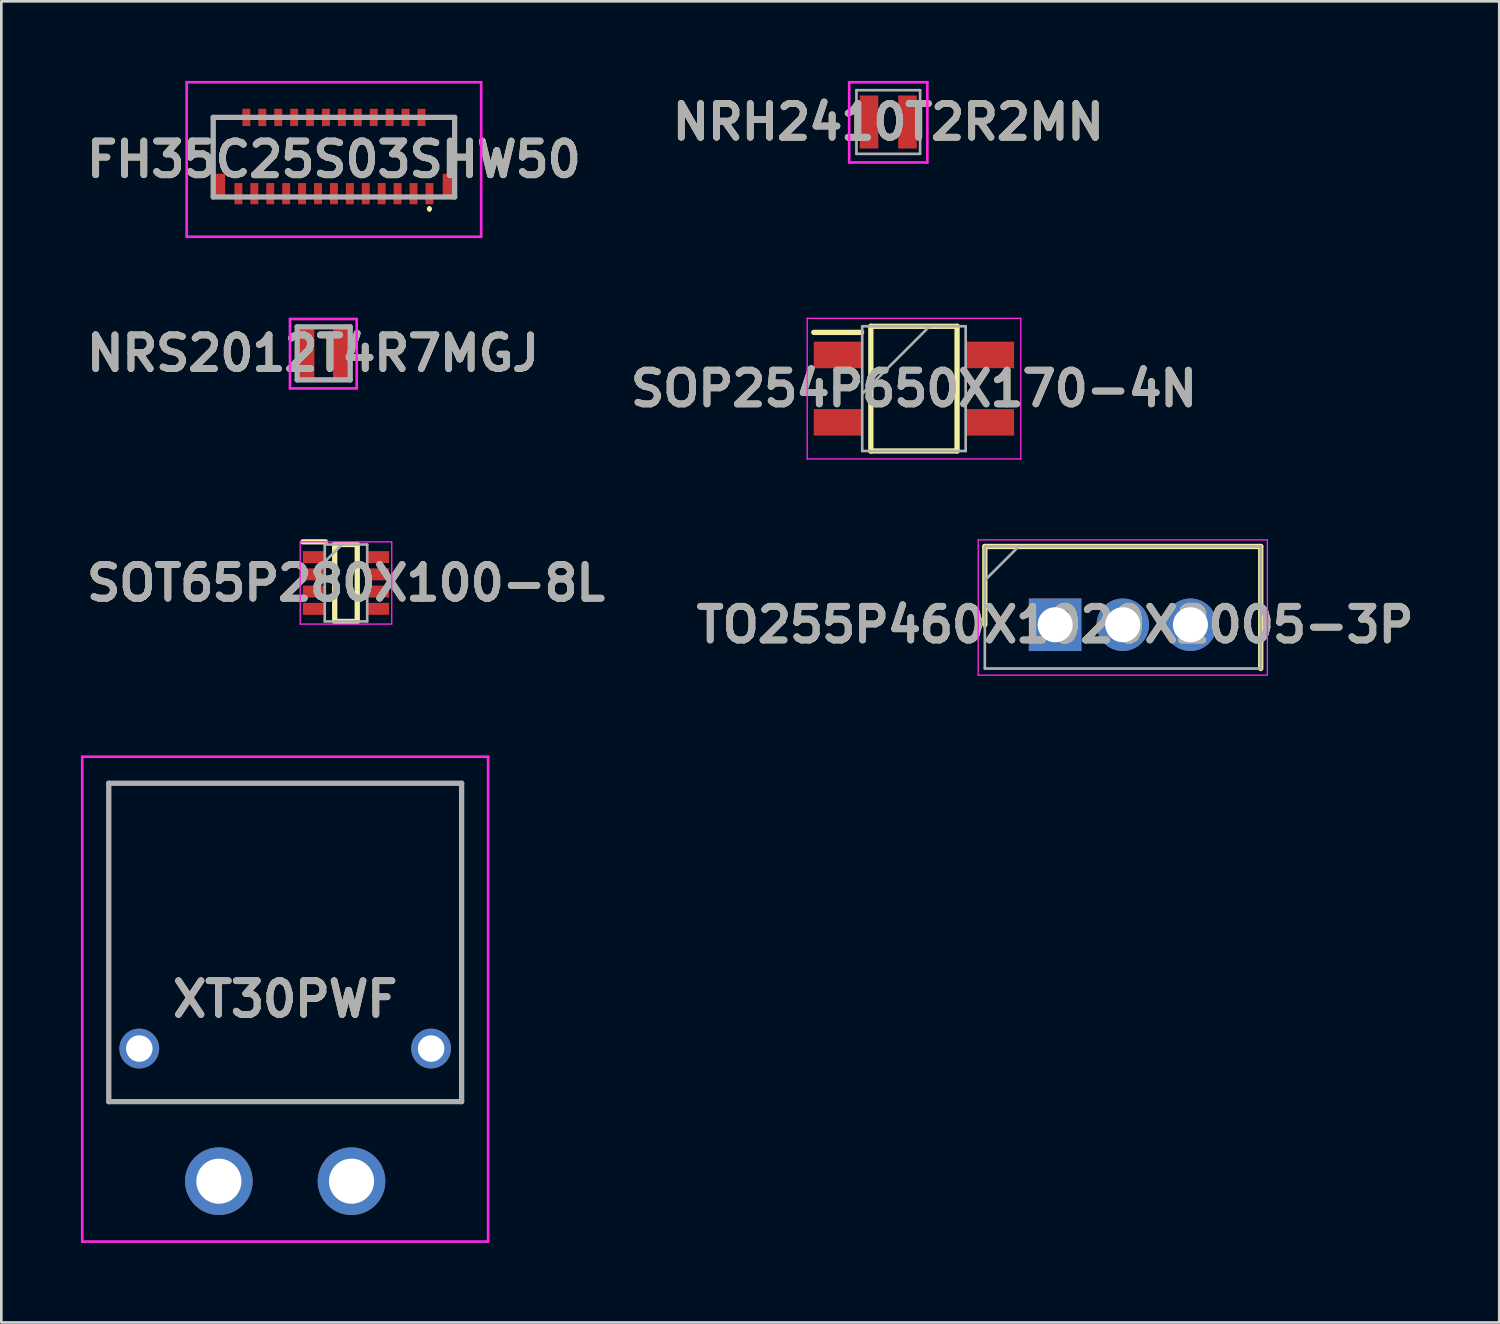
<source format=kicad_pcb>
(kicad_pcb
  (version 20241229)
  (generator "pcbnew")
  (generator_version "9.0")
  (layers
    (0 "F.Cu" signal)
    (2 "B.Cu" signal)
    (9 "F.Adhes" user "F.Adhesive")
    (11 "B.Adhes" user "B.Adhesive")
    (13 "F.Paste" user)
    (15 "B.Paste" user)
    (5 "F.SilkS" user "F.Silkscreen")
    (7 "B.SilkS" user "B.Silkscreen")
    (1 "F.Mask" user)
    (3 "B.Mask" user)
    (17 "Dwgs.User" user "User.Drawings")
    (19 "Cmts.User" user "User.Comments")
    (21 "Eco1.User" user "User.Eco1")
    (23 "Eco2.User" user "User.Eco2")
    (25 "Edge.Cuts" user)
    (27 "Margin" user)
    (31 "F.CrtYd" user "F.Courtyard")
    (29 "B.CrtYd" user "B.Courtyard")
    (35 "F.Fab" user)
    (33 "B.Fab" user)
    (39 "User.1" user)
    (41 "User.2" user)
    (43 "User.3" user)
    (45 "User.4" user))
  (footprint "NRS2012T4R7MGJ"
    (layer "F.Cu")
    (at 9.151 10.269)
    (property "Reference" "NRS2012T4R7MGJ" (at -0.4 0 0) (layer "F.SilkS") (effects (font (size 1.27 1.27) (thickness 0.254))))
    (attr smd)
    (fp_line (start -1.27 -1.295) (end 1.245 -1.295) (stroke (width 0.1) (type solid)) (layer "F.CrtYd"))
    (fp_line (start -1.27 1.321) (end -1.27 -1.295) (stroke (width 0.1) (type solid)) (layer "F.CrtYd"))
    (fp_line (start 1.245 -1.295) (end 1.245 1.321) (stroke (width 0.1) (type solid)) (layer "F.CrtYd"))
    (fp_line (start 1.245 1.321) (end -1.27 1.321) (stroke (width 0.1) (type solid)) (layer "F.CrtYd"))
    (fp_line (start -1 -1) (end -1 1) (stroke (width 0.2) (type solid)) (layer "F.Fab"))
    (fp_line (start -1 1) (end 1 1) (stroke (width 0.2) (type solid)) (layer "F.Fab"))
    (fp_line (start 1 -1) (end -1 -1) (stroke (width 0.2) (type solid)) (layer "F.Fab"))
    (fp_line (start 1 1) (end 1 -1) (stroke (width 0.2) (type solid)) (layer "F.Fab"))
    (fp_text user "${REFERENCE}" (at -0.4 0 0) (layer "F.Fab") (effects (font (size 1.27 1.27) (thickness 0.254))))
    (pad "1" smd rect (at -0.675 0) (size 0.65 2) (layers "F.Cu" "F.Mask" "F.Paste"))
    (pad "2" smd rect (at 0.675 0) (size 0.65 2) (layers "F.Cu" "F.Mask" "F.Paste")))
  (footprint "FH35C25S03SHW50"
    (layer "F.Cu")
    (at 9.537 2.874)
    (property "Reference" "FH35C25S03SHW50" (at 0 0.088 0) (layer "F.SilkS") (effects (font (size 1.27 1.27) (thickness 0.254))))
    (attr smd)
    (fp_line (start -4.55 -1.499) (end -3.9 -1.499) (stroke (width 0.1) (type solid)) (layer "F.SilkS"))
    (fp_line (start -4.55 0.5) (end -4.55 -1.499) (stroke (width 0.1) (type solid)) (layer "F.SilkS"))
    (fp_line (start 3.6 1.9) (end 3.6 1.9) (stroke (width 0.1) (type solid)) (layer "F.SilkS"))
    (fp_line (start 3.6 2) (end 3.6 2) (stroke (width 0.1) (type solid)) (layer "F.SilkS"))
    (fp_line (start 3.9 -1.499) (end 4.55 -1.499) (stroke (width 0.1) (type solid)) (layer "F.SilkS"))
    (fp_line (start 4.55 -1.499) (end 4.55 0.5) (stroke (width 0.1) (type solid)) (layer "F.SilkS"))
    (fp_arc (start 3.6 1.9) (mid 3.65 1.95) (end 3.6 2) (stroke (width 0.1) (type solid)) (layer "F.SilkS"))
    (fp_arc (start 3.6 2) (mid 3.55 1.95) (end 3.6 1.9) (stroke (width 0.1) (type solid)) (layer "F.SilkS"))
    (fp_line (start -5.55 -2.824) (end 5.55 -2.824) (stroke (width 0.1) (type solid)) (layer "F.CrtYd"))
    (fp_line (start -5.55 3) (end -5.55 -2.824) (stroke (width 0.1) (type solid)) (layer "F.CrtYd"))
    (fp_line (start 5.55 -2.824) (end 5.55 3) (stroke (width 0.1) (type solid)) (layer "F.CrtYd"))
    (fp_line (start 5.55 3) (end -5.55 3) (stroke (width 0.1) (type solid)) (layer "F.CrtYd"))
    (fp_line (start -4.55 -1.5) (end 4.55 -1.5) (stroke (width 0.2) (type solid)) (layer "F.Fab"))
    (fp_line (start -4.55 1.5) (end -4.55 -1.5) (stroke (width 0.2) (type solid)) (layer "F.Fab"))
    (fp_line (start 4.55 -1.5) (end 4.55 1.5) (stroke (width 0.2) (type solid)) (layer "F.Fab"))
    (fp_line (start 4.55 1.5) (end -4.55 1.5) (stroke (width 0.2) (type solid)) (layer "F.Fab"))
    (fp_text user "${REFERENCE}" (at 0 0.088 0) (layer "F.Fab") (effects (font (size 1.27 1.27) (thickness 0.254))))
    (pad "1" smd rect (at 3.6 1.375) (size 0.3 0.8) (layers "F.Cu" "F.Mask" "F.Paste"))
    (pad "2" smd rect (at 3.3 -1.499) (size 0.3 0.65) (layers "F.Cu" "F.Mask" "F.Paste"))
    (pad "3" smd rect (at 3 1.375) (size 0.3 0.8) (layers "F.Cu" "F.Mask" "F.Paste"))
    (pad "4" smd rect (at 2.7 -1.499) (size 0.3 0.65) (layers "F.Cu" "F.Mask" "F.Paste"))
    (pad "5" smd rect (at 2.4 1.375) (size 0.3 0.8) (layers "F.Cu" "F.Mask" "F.Paste"))
    (pad "6" smd rect (at 2.1 -1.499) (size 0.3 0.65) (layers "F.Cu" "F.Mask" "F.Paste"))
    (pad "7" smd rect (at 1.8 1.375) (size 0.3 0.8) (layers "F.Cu" "F.Mask" "F.Paste"))
    (pad "8" smd rect (at 1.5 -1.499) (size 0.3 0.65) (layers "F.Cu" "F.Mask" "F.Paste"))
    (pad "9" smd rect (at 1.2 1.375) (size 0.3 0.8) (layers "F.Cu" "F.Mask" "F.Paste"))
    (pad "10" smd rect (at 0.9 -1.499) (size 0.3 0.65) (layers "F.Cu" "F.Mask" "F.Paste"))
    (pad "11" smd rect (at 0.6 1.375) (size 0.3 0.8) (layers "F.Cu" "F.Mask" "F.Paste"))
    (pad "12" smd rect (at 0.3 -1.499) (size 0.3 0.65) (layers "F.Cu" "F.Mask" "F.Paste"))
    (pad "13" smd rect (at 0 1.375) (size 0.3 0.8) (layers "F.Cu" "F.Mask" "F.Paste"))
    (pad "14" smd rect (at -0.3 -1.499) (size 0.3 0.65) (layers "F.Cu" "F.Mask" "F.Paste"))
    (pad "15" smd rect (at -0.6 1.375) (size 0.3 0.8) (layers "F.Cu" "F.Mask" "F.Paste"))
    (pad "16" smd rect (at -0.9 -1.499) (size 0.3 0.65) (layers "F.Cu" "F.Mask" "F.Paste"))
    (pad "17" smd rect (at -1.2 1.375) (size 0.3 0.8) (layers "F.Cu" "F.Mask" "F.Paste"))
    (pad "18" smd rect (at -1.5 -1.499) (size 0.3 0.65) (layers "F.Cu" "F.Mask" "F.Paste"))
    (pad "19" smd rect (at -1.8 1.375) (size 0.3 0.8) (layers "F.Cu" "F.Mask" "F.Paste"))
    (pad "20" smd rect (at -2.1 -1.499) (size 0.3 0.65) (layers "F.Cu" "F.Mask" "F.Paste"))
    (pad "21" smd rect (at -2.4 1.375) (size 0.3 0.8) (layers "F.Cu" "F.Mask" "F.Paste"))
    (pad "22" smd rect (at -2.7 -1.499) (size 0.3 0.65) (layers "F.Cu" "F.Mask" "F.Paste"))
    (pad "23" smd rect (at -3 1.375) (size 0.3 0.8) (layers "F.Cu" "F.Mask" "F.Paste"))
    (pad "24" smd rect (at -3.3 -1.499) (size 0.3 0.65) (layers "F.Cu" "F.Mask" "F.Paste"))
    (pad "25" smd rect (at -3.6 1.375) (size 0.3 0.8) (layers "F.Cu" "F.Mask" "F.Paste"))
    (pad "MP1" smd rect (at 4.3 1.101) (size 0.4 0.95) (layers "F.Cu" "F.Mask" "F.Paste"))
    (pad "MP2" smd rect (at -4.3 1.101) (size 0.4 0.95) (layers "F.Cu" "F.Mask" "F.Paste")))
  (footprint "SOT65P280X100-8L"
    (layer "F.Cu")
    (at 9.991 18.924)
    (property "Reference" "SOT65P280X100-8L" (at 0 0 0) (layer "F.SilkS") (effects (font (size 1.27 1.27) (thickness 0.254))))
    (attr smd)
    (fp_line (start -1.625 -1.55) (end -0.775 -1.55) (stroke (width 0.2) (type solid)) (layer "F.SilkS"))
    (fp_line (start -0.425 -1.45) (end 0.425 -1.45) (stroke (width 0.2) (type solid)) (layer "F.SilkS"))
    (fp_line (start -0.425 1.45) (end -0.425 -1.45) (stroke (width 0.2) (type solid)) (layer "F.SilkS"))
    (fp_line (start 0.425 -1.45) (end 0.425 1.45) (stroke (width 0.2) (type solid)) (layer "F.SilkS"))
    (fp_line (start 0.425 1.45) (end -0.425 1.45) (stroke (width 0.2) (type solid)) (layer "F.SilkS"))
    (fp_line (start -1.725 -1.55) (end 1.725 -1.55) (stroke (width 0.05) (type solid)) (layer "F.CrtYd"))
    (fp_line (start -1.725 1.55) (end -1.725 -1.55) (stroke (width 0.05) (type solid)) (layer "F.CrtYd"))
    (fp_line (start 1.725 -1.55) (end 1.725 1.55) (stroke (width 0.05) (type solid)) (layer "F.CrtYd"))
    (fp_line (start 1.725 1.55) (end -1.725 1.55) (stroke (width 0.05) (type solid)) (layer "F.CrtYd"))
    (fp_line (start -0.8 -1.45) (end 0.8 -1.45) (stroke (width 0.1) (type solid)) (layer "F.Fab"))
    (fp_line (start -0.8 -0.8) (end -0.15 -1.45) (stroke (width 0.1) (type solid)) (layer "F.Fab"))
    (fp_line (start -0.8 1.45) (end -0.8 -1.45) (stroke (width 0.1) (type solid)) (layer "F.Fab"))
    (fp_line (start 0.8 -1.45) (end 0.8 1.45) (stroke (width 0.1) (type solid)) (layer "F.Fab"))
    (fp_line (start 0.8 1.45) (end -0.8 1.45) (stroke (width 0.1) (type solid)) (layer "F.Fab"))
    (fp_text user "${REFERENCE}" (at 0 0 0) (layer "F.Fab") (effects (font (size 1.27 1.27) (thickness 0.254))))
    (pad "1" smd rect (at -1.2 -0.975 90) (size 0.45 0.85) (layers "F.Cu" "F.Mask" "F.Paste"))
    (pad "2" smd rect (at -1.2 -0.325 90) (size 0.45 0.85) (layers "F.Cu" "F.Mask" "F.Paste"))
    (pad "3" smd rect (at -1.2 0.325 90) (size 0.45 0.85) (layers "F.Cu" "F.Mask" "F.Paste"))
    (pad "4" smd rect (at -1.2 0.975 90) (size 0.45 0.85) (layers "F.Cu" "F.Mask" "F.Paste"))
    (pad "5" smd rect (at 1.2 0.975 90) (size 0.45 0.85) (layers "F.Cu" "F.Mask" "F.Paste"))
    (pad "6" smd rect (at 1.2 0.325 90) (size 0.45 0.85) (layers "F.Cu" "F.Mask" "F.Paste"))
    (pad "7" smd rect (at 1.2 -0.325 90) (size 0.45 0.85) (layers "F.Cu" "F.Mask" "F.Paste"))
    (pad "8" smd rect (at 1.2 -0.975 90) (size 0.45 0.85) (layers "F.Cu" "F.Mask" "F.Paste")))
  (footprint "NRH2410T2R2MN"
    (layer "F.Cu")
    (at 30.432 1.549)
    (property "Reference" "NRH2410T2R2MN" (at 0 0 0) (layer "F.SilkS") (effects (font (size 1.27 1.27) (thickness 0.254))))
    (attr smd)
    (fp_line (start -1.473 -1.499) (end 1.473 -1.499) (stroke (width 0.1) (type solid)) (layer "F.CrtYd"))
    (fp_line (start -1.473 1.524) (end -1.473 -1.499) (stroke (width 0.1) (type solid)) (layer "F.CrtYd"))
    (fp_line (start 1.473 -1.499) (end 1.473 1.524) (stroke (width 0.1) (type solid)) (layer "F.CrtYd"))
    (fp_line (start 1.473 1.524) (end -1.473 1.524) (stroke (width 0.1) (type solid)) (layer "F.CrtYd"))
    (fp_line (start -1.2 -1.2) (end -1.2 1.2) (stroke (width 0.1) (type solid)) (layer "F.Fab"))
    (fp_line (start -1.2 1.2) (end 1.2 1.2) (stroke (width 0.1) (type solid)) (layer "F.Fab"))
    (fp_line (start 1.2 -1.2) (end -1.2 -1.2) (stroke (width 0.1) (type solid)) (layer "F.Fab"))
    (fp_line (start 1.2 1.2) (end 1.2 -1.2) (stroke (width 0.1) (type solid)) (layer "F.Fab"))
    (fp_text user "${REFERENCE}" (at 0 0 0) (layer "F.Fab") (effects (font (size 1.27 1.27) (thickness 0.254))))
    (pad "1" smd rect (at -0.725 0) (size 0.7 2) (layers "F.Cu" "F.Mask" "F.Paste"))
    (pad "2" smd rect (at 0.725 0) (size 0.7 2) (layers "F.Cu" "F.Mask" "F.Paste")))
  (footprint "XT30PWF"
    (layer "F.Cu")
    (at 5.2 41.474)
    (property "Reference" "XT30PWF" (at 2.5 -6.862 0) (layer "F.SilkS") (effects (font (size 1.27 1.27) (thickness 0.254))))
    (attr through_hole)
    (fp_line (start -4.15 -15) (end 9.15 -15) (stroke (width 0.1) (type solid)) (layer "F.SilkS"))
    (fp_line (start -4.15 -3) (end -4.15 -15) (stroke (width 0.1) (type solid)) (layer "F.SilkS"))
    (fp_line (start 9.15 -15) (end 9.15 -3) (stroke (width 0.1) (type solid)) (layer "F.SilkS"))
    (fp_line (start 9.15 -3) (end -4.15 -3) (stroke (width 0.1) (type solid)) (layer "F.SilkS"))
    (fp_line (start -5.15 -16) (end 10.15 -16) (stroke (width 0.1) (type solid)) (layer "F.CrtYd"))
    (fp_line (start -5.15 2.275) (end -5.15 -16) (stroke (width 0.1) (type solid)) (layer "F.CrtYd"))
    (fp_line (start 10.15 -16) (end 10.15 2.275) (stroke (width 0.1) (type solid)) (layer "F.CrtYd"))
    (fp_line (start 10.15 2.275) (end -5.15 2.275) (stroke (width 0.1) (type solid)) (layer "F.CrtYd"))
    (fp_line (start -4.15 -15) (end 9.15 -15) (stroke (width 0.2) (type solid)) (layer "F.Fab"))
    (fp_line (start -4.15 -3) (end -4.15 -15) (stroke (width 0.2) (type solid)) (layer "F.Fab"))
    (fp_line (start 9.15 -15) (end 9.15 -3) (stroke (width 0.2) (type solid)) (layer "F.Fab"))
    (fp_line (start 9.15 -3) (end -4.15 -3) (stroke (width 0.2) (type solid)) (layer "F.Fab"))
    (fp_text user "${REFERENCE}" (at 2.5 -6.862 0) (layer "F.Fab") (effects (font (size 1.27 1.27) (thickness 0.254))))
    (pad "" thru_hole circle (at -3 -5) (size 1.5 1.5) (drill 1) (layers "*.Cu" "*.Mask"))
    (pad "" thru_hole circle (at 8 -5) (size 1.5 1.5) (drill 1) (layers "*.Cu" "*.Mask"))
    (pad "1" thru_hole circle (at 0 0) (size 2.55 2.55) (drill 1.7) (layers "*.Cu" "*.Mask"))
    (pad "2" thru_hole circle (at 5 0) (size 2.55 2.55) (drill 1.7) (layers "*.Cu" "*.Mask")))
  (footprint "TO255P460X1020X2005-3P"
    (layer "F.Cu")
    (at 36.722 20.499)
    (property "Reference" "TO255P460X1020X2005-3P" (at 0 0 0) (layer "F.SilkS") (effects (font (size 1.27 1.27) (thickness 0.254))))
    (attr through_hole)
    (fp_line (start -2.65 -2.95) (end -2.65 0) (stroke (width 0.2) (type solid)) (layer "F.SilkS"))
    (fp_line (start 7.75 -2.95) (end -2.65 -2.95) (stroke (width 0.2) (type solid)) (layer "F.SilkS"))
    (fp_line (start 7.75 1.65) (end 7.75 -2.95) (stroke (width 0.2) (type solid)) (layer "F.SilkS"))
    (fp_line (start -2.9 -3.2) (end 8 -3.2) (stroke (width 0.05) (type solid)) (layer "F.CrtYd"))
    (fp_line (start -2.9 1.9) (end -2.9 -3.2) (stroke (width 0.05) (type solid)) (layer "F.CrtYd"))
    (fp_line (start 8 -3.2) (end 8 1.9) (stroke (width 0.05) (type solid)) (layer "F.CrtYd"))
    (fp_line (start 8 1.9) (end -2.9 1.9) (stroke (width 0.05) (type solid)) (layer "F.CrtYd"))
    (fp_line (start -2.65 -2.95) (end 7.75 -2.95) (stroke (width 0.1) (type solid)) (layer "F.Fab"))
    (fp_line (start -2.65 -1.675) (end -1.375 -2.95) (stroke (width 0.1) (type solid)) (layer "F.Fab"))
    (fp_line (start -2.65 1.65) (end -2.65 -2.95) (stroke (width 0.1) (type solid)) (layer "F.Fab"))
    (fp_line (start 7.75 -2.95) (end 7.75 1.65) (stroke (width 0.1) (type solid)) (layer "F.Fab"))
    (fp_line (start 7.75 1.65) (end -2.65 1.65) (stroke (width 0.1) (type solid)) (layer "F.Fab"))
    (fp_text user "${REFERENCE}" (at 0 0 0) (layer "F.Fab") (effects (font (size 1.27 1.27) (thickness 0.254))))
    (pad "1" thru_hole rect (at 0 0) (size 1.98 1.98) (drill 1.32) (layers "*.Cu" "*.Mask"))
    (pad "2" thru_hole circle (at 2.55 0) (size 1.98 1.98) (drill 1.32) (layers "*.Cu" "*.Mask"))
    (pad "3" thru_hole circle (at 5.1 0) (size 1.98 1.98) (drill 1.32) (layers "*.Cu" "*.Mask")))
  (footprint "SOP254P650X170-4N"
    (layer "F.Cu")
    (at 31.4 11.599)
    (property "Reference" "SOP254P650X170-4N" (at 0 0 0) (layer "F.SilkS") (effects (font (size 1.27 1.27) (thickness 0.254))))
    (attr smd)
    (fp_line (start -3.775 -2.12) (end -1.975 -2.12) (stroke (width 0.2) (type solid)) (layer "F.SilkS"))
    (fp_line (start -1.625 -2.35) (end 1.625 -2.35) (stroke (width 0.2) (type solid)) (layer "F.SilkS"))
    (fp_line (start -1.625 2.35) (end -1.625 -2.35) (stroke (width 0.2) (type solid)) (layer "F.SilkS"))
    (fp_line (start 1.625 -2.35) (end 1.625 2.35) (stroke (width 0.2) (type solid)) (layer "F.SilkS"))
    (fp_line (start 1.625 2.35) (end -1.625 2.35) (stroke (width 0.2) (type solid)) (layer "F.SilkS"))
    (fp_line (start -4.025 -2.65) (end 4.025 -2.65) (stroke (width 0.05) (type solid)) (layer "F.CrtYd"))
    (fp_line (start -4.025 2.65) (end -4.025 -2.65) (stroke (width 0.05) (type solid)) (layer "F.CrtYd"))
    (fp_line (start 4.025 -2.65) (end 4.025 2.65) (stroke (width 0.05) (type solid)) (layer "F.CrtYd"))
    (fp_line (start 4.025 2.65) (end -4.025 2.65) (stroke (width 0.05) (type solid)) (layer "F.CrtYd"))
    (fp_line (start -1.95 -2.35) (end 1.95 -2.35) (stroke (width 0.1) (type solid)) (layer "F.Fab"))
    (fp_line (start -1.95 0.19) (end 0.59 -2.35) (stroke (width 0.1) (type solid)) (layer "F.Fab"))
    (fp_line (start -1.95 2.35) (end -1.95 -2.35) (stroke (width 0.1) (type solid)) (layer "F.Fab"))
    (fp_line (start 1.95 -2.35) (end 1.95 2.35) (stroke (width 0.1) (type solid)) (layer "F.Fab"))
    (fp_line (start 1.95 2.35) (end -1.95 2.35) (stroke (width 0.1) (type solid)) (layer "F.Fab"))
    (fp_text user "${REFERENCE}" (at 0 0 0) (layer "F.Fab") (effects (font (size 1.27 1.27) (thickness 0.254))))
    (pad "1" smd rect (at -2.875 -1.27 90) (size 1 1.8) (layers "F.Cu" "F.Mask" "F.Paste"))
    (pad "2" smd rect (at -2.875 1.27 90) (size 1 1.8) (layers "F.Cu" "F.Mask" "F.Paste"))
    (pad "3" smd rect (at 2.875 1.27 90) (size 1 1.8) (layers "F.Cu" "F.Mask" "F.Paste"))
    (pad "4" smd rect (at 2.875 -1.27 90) (size 1 1.8) (layers "F.Cu" "F.Mask" "F.Paste")))
  (gr_rect
    (start -3 -3)
    (end 53.462 46.799)
    (stroke (width 0.1) (type default))
    (fill no)
    (layer "Edge.Cuts")))
</source>
